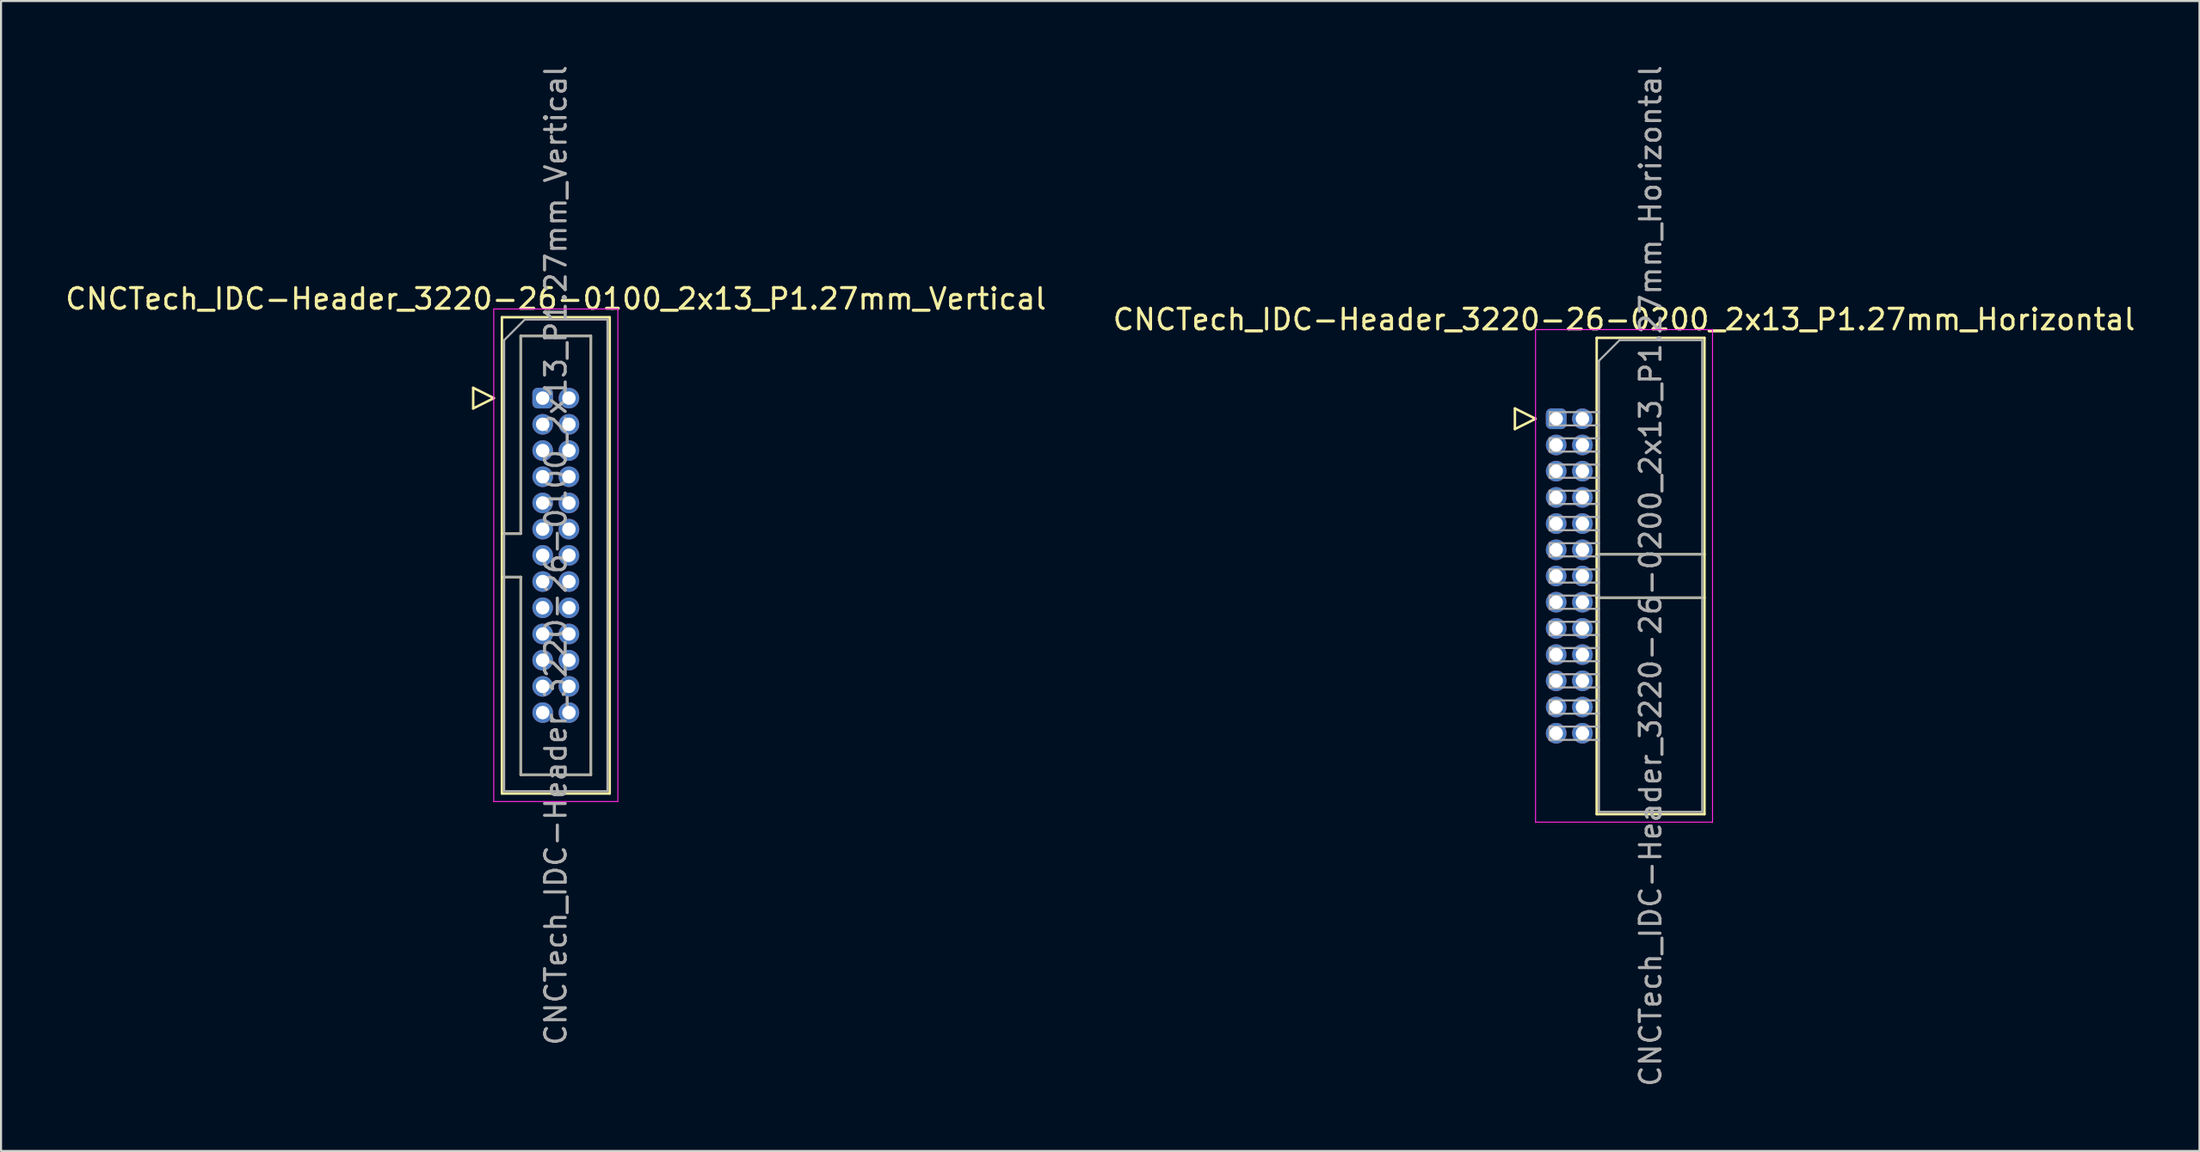
<source format=kicad_pcb>
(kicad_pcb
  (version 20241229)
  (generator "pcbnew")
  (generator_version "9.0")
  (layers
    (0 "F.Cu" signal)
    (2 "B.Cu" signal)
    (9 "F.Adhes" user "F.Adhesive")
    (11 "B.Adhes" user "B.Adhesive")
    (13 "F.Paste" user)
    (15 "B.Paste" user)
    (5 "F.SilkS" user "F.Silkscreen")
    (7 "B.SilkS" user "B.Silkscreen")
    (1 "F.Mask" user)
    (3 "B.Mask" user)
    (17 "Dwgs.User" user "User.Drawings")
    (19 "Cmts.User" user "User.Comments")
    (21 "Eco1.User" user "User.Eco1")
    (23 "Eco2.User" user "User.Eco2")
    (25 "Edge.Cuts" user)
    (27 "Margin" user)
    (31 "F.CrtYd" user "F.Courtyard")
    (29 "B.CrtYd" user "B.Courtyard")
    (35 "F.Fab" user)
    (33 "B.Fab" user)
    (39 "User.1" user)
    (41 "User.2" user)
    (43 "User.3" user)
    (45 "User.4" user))
  (footprint "CNCTech_IDC-Header_3220-26-0100_2x13_P1.27mm_Vertical"
    (layer "F.Cu")
    (at 23.228 16.243)
    (property "Reference" "CNCTech_IDC-Header_3220-26-0100_2x13_P1.27mm_Vertical" (at 0.635 -4.81 0) (layer "F.SilkS") (effects (font (size 1 1) (thickness 0.15))))
    (attr through_hole)
    (fp_line (start -3.365 -0.5) (end -3.365 0.5) (stroke (width 0.12) (type solid)) (layer "F.SilkS"))
    (fp_line (start -3.365 0.5) (end -2.365 0) (stroke (width 0.12) (type solid)) (layer "F.SilkS"))
    (fp_line (start -2.365 0) (end -3.365 -0.5) (stroke (width 0.12) (type solid)) (layer "F.SilkS"))
    (fp_line (start -1.975 -3.92) (end 3.245 -3.92) (stroke (width 0.12) (type solid)) (layer "F.SilkS"))
    (fp_line (start -1.975 6.57) (end -1.065 6.57) (stroke (width 0.12) (type solid)) (layer "F.SilkS"))
    (fp_line (start -1.975 19.16) (end -1.975 -3.92) (stroke (width 0.12) (type solid)) (layer "F.SilkS"))
    (fp_line (start -1.065 -3.01) (end 2.335 -3.01) (stroke (width 0.12) (type solid)) (layer "F.SilkS"))
    (fp_line (start -1.065 6.57) (end -1.065 -3.01) (stroke (width 0.12) (type solid)) (layer "F.SilkS"))
    (fp_line (start -1.065 8.67) (end -1.975 8.67) (stroke (width 0.12) (type solid)) (layer "F.SilkS"))
    (fp_line (start -1.065 8.67) (end -1.065 8.67) (stroke (width 0.12) (type solid)) (layer "F.SilkS"))
    (fp_line (start -1.065 18.25) (end -1.065 8.67) (stroke (width 0.12) (type solid)) (layer "F.SilkS"))
    (fp_line (start 2.335 -3.01) (end 2.335 18.25) (stroke (width 0.12) (type solid)) (layer "F.SilkS"))
    (fp_line (start 2.335 18.25) (end -1.065 18.25) (stroke (width 0.12) (type solid)) (layer "F.SilkS"))
    (fp_line (start 3.245 -3.92) (end 3.245 19.16) (stroke (width 0.12) (type solid)) (layer "F.SilkS"))
    (fp_line (start 3.245 19.16) (end -1.975 19.16) (stroke (width 0.12) (type solid)) (layer "F.SilkS"))
    (fp_line (start -2.37 -4.32) (end -2.37 19.55) (stroke (width 0.05) (type solid)) (layer "F.CrtYd"))
    (fp_line (start -2.37 19.55) (end 3.64 19.55) (stroke (width 0.05) (type solid)) (layer "F.CrtYd"))
    (fp_line (start 3.64 -4.32) (end -2.37 -4.32) (stroke (width 0.05) (type solid)) (layer "F.CrtYd"))
    (fp_line (start 3.64 19.55) (end 3.64 -4.32) (stroke (width 0.05) (type solid)) (layer "F.CrtYd"))
    (fp_line (start -1.865 -2.81) (end -0.865 -3.81) (stroke (width 0.1) (type solid)) (layer "F.Fab"))
    (fp_line (start -1.865 6.57) (end -1.065 6.57) (stroke (width 0.1) (type solid)) (layer "F.Fab"))
    (fp_line (start -1.865 19.05) (end -1.865 -2.81) (stroke (width 0.1) (type solid)) (layer "F.Fab"))
    (fp_line (start -1.065 -3.01) (end 2.335 -3.01) (stroke (width 0.1) (type solid)) (layer "F.Fab"))
    (fp_line (start -1.065 6.57) (end -1.065 -3.01) (stroke (width 0.1) (type solid)) (layer "F.Fab"))
    (fp_line (start -1.065 8.67) (end -1.865 8.67) (stroke (width 0.1) (type solid)) (layer "F.Fab"))
    (fp_line (start -1.065 8.67) (end -1.065 8.67) (stroke (width 0.1) (type solid)) (layer "F.Fab"))
    (fp_line (start -1.065 18.25) (end -1.065 8.67) (stroke (width 0.1) (type solid)) (layer "F.Fab"))
    (fp_line (start -0.865 -3.81) (end 3.135 -3.81) (stroke (width 0.1) (type solid)) (layer "F.Fab"))
    (fp_line (start 2.335 -3.01) (end 2.335 18.25) (stroke (width 0.1) (type solid)) (layer "F.Fab"))
    (fp_line (start 2.335 18.25) (end -1.065 18.25) (stroke (width 0.1) (type solid)) (layer "F.Fab"))
    (fp_line (start 3.135 -3.81) (end 3.135 19.05) (stroke (width 0.1) (type solid)) (layer "F.Fab"))
    (fp_line (start 3.135 19.05) (end -1.865 19.05) (stroke (width 0.1) (type solid)) (layer "F.Fab"))
    (fp_text user "${REFERENCE}" (at 0.635 7.62 90) (layer "F.Fab") (effects (font (size 1 1) (thickness 0.15))))
    (pad "1" thru_hole roundrect (at 0 0) (size 1 1) (drill 0.65) (layers "*.Cu" "*.Mask") (roundrect_rratio 0.25))
    (pad "2" thru_hole circle (at 1.27 0) (size 1 1) (drill 0.65) (layers "*.Cu" "*.Mask"))
    (pad "3" thru_hole circle (at 0 1.27) (size 1 1) (drill 0.65) (layers "*.Cu" "*.Mask"))
    (pad "4" thru_hole circle (at 1.27 1.27) (size 1 1) (drill 0.65) (layers "*.Cu" "*.Mask"))
    (pad "5" thru_hole circle (at 0 2.54) (size 1 1) (drill 0.65) (layers "*.Cu" "*.Mask"))
    (pad "6" thru_hole circle (at 1.27 2.54) (size 1 1) (drill 0.65) (layers "*.Cu" "*.Mask"))
    (pad "7" thru_hole circle (at 0 3.81) (size 1 1) (drill 0.65) (layers "*.Cu" "*.Mask"))
    (pad "8" thru_hole circle (at 1.27 3.81) (size 1 1) (drill 0.65) (layers "*.Cu" "*.Mask"))
    (pad "9" thru_hole circle (at 0 5.08) (size 1 1) (drill 0.65) (layers "*.Cu" "*.Mask"))
    (pad "10" thru_hole circle (at 1.27 5.08) (size 1 1) (drill 0.65) (layers "*.Cu" "*.Mask"))
    (pad "11" thru_hole circle (at 0 6.35) (size 1 1) (drill 0.65) (layers "*.Cu" "*.Mask"))
    (pad "12" thru_hole circle (at 1.27 6.35) (size 1 1) (drill 0.65) (layers "*.Cu" "*.Mask"))
    (pad "13" thru_hole circle (at 0 7.62) (size 1 1) (drill 0.65) (layers "*.Cu" "*.Mask"))
    (pad "14" thru_hole circle (at 1.27 7.62) (size 1 1) (drill 0.65) (layers "*.Cu" "*.Mask"))
    (pad "15" thru_hole circle (at 0 8.89) (size 1 1) (drill 0.65) (layers "*.Cu" "*.Mask"))
    (pad "16" thru_hole circle (at 1.27 8.89) (size 1 1) (drill 0.65) (layers "*.Cu" "*.Mask"))
    (pad "17" thru_hole circle (at 0 10.16) (size 1 1) (drill 0.65) (layers "*.Cu" "*.Mask"))
    (pad "18" thru_hole circle (at 1.27 10.16) (size 1 1) (drill 0.65) (layers "*.Cu" "*.Mask"))
    (pad "19" thru_hole circle (at 0 11.43) (size 1 1) (drill 0.65) (layers "*.Cu" "*.Mask"))
    (pad "20" thru_hole circle (at 1.27 11.43) (size 1 1) (drill 0.65) (layers "*.Cu" "*.Mask"))
    (pad "21" thru_hole circle (at 0 12.7) (size 1 1) (drill 0.65) (layers "*.Cu" "*.Mask"))
    (pad "22" thru_hole circle (at 1.27 12.7) (size 1 1) (drill 0.65) (layers "*.Cu" "*.Mask"))
    (pad "23" thru_hole circle (at 0 13.97) (size 1 1) (drill 0.65) (layers "*.Cu" "*.Mask"))
    (pad "24" thru_hole circle (at 1.27 13.97) (size 1 1) (drill 0.65) (layers "*.Cu" "*.Mask"))
    (pad "25" thru_hole circle (at 0 15.24) (size 1 1) (drill 0.65) (layers "*.Cu" "*.Mask"))
    (pad "26" thru_hole circle (at 1.27 15.24) (size 1 1) (drill 0.65) (layers "*.Cu" "*.Mask")))
  (footprint "CNCTech_IDC-Header_3220-26-0200_2x13_P1.27mm_Horizontal"
    (layer "F.Cu")
    (at 72.304 17.243)
    (property "Reference" "CNCTech_IDC-Header_3220-26-0200_2x13_P1.27mm_Horizontal" (at 3.285 -4.81 0) (layer "F.SilkS") (effects (font (size 1 1) (thickness 0.15))))
    (attr through_hole)
    (fp_line (start -2 -0.5) (end -2 0.5) (stroke (width 0.12) (type solid)) (layer "F.SilkS"))
    (fp_line (start -2 0.5) (end -1 0) (stroke (width 0.12) (type solid)) (layer "F.SilkS"))
    (fp_line (start -1 0) (end -2 -0.5) (stroke (width 0.12) (type solid)) (layer "F.SilkS"))
    (fp_line (start 1.96 -3.92) (end 7.18 -3.92) (stroke (width 0.12) (type solid)) (layer "F.SilkS"))
    (fp_line (start 1.96 6.57) (end 7.18 6.57) (stroke (width 0.12) (type solid)) (layer "F.SilkS"))
    (fp_line (start 1.96 8.67) (end 7.18 8.67) (stroke (width 0.12) (type solid)) (layer "F.SilkS"))
    (fp_line (start 1.96 19.16) (end 1.96 -3.92) (stroke (width 0.12) (type solid)) (layer "F.SilkS"))
    (fp_line (start 7.18 -3.92) (end 7.18 19.16) (stroke (width 0.12) (type solid)) (layer "F.SilkS"))
    (fp_line (start 7.18 19.16) (end 1.96 19.16) (stroke (width 0.12) (type solid)) (layer "F.SilkS"))
    (fp_line (start -1 -4.32) (end -1 19.55) (stroke (width 0.05) (type solid)) (layer "F.CrtYd"))
    (fp_line (start -1 19.55) (end 7.57 19.55) (stroke (width 0.05) (type solid)) (layer "F.CrtYd"))
    (fp_line (start 7.57 -4.32) (end -1 -4.32) (stroke (width 0.05) (type solid)) (layer "F.CrtYd"))
    (fp_line (start 7.57 19.55) (end 7.57 -4.32) (stroke (width 0.05) (type solid)) (layer "F.CrtYd"))
    (fp_line (start -0.32 -0.32) (end -0.32 0.32) (stroke (width 0.1) (type solid)) (layer "F.Fab"))
    (fp_line (start -0.32 0.32) (end 2.07 0.32) (stroke (width 0.1) (type solid)) (layer "F.Fab"))
    (fp_line (start -0.32 0.95) (end -0.32 1.59) (stroke (width 0.1) (type solid)) (layer "F.Fab"))
    (fp_line (start -0.32 1.59) (end 2.07 1.59) (stroke (width 0.1) (type solid)) (layer "F.Fab"))
    (fp_line (start -0.32 2.22) (end -0.32 2.86) (stroke (width 0.1) (type solid)) (layer "F.Fab"))
    (fp_line (start -0.32 2.86) (end 2.07 2.86) (stroke (width 0.1) (type solid)) (layer "F.Fab"))
    (fp_line (start -0.32 3.49) (end -0.32 4.13) (stroke (width 0.1) (type solid)) (layer "F.Fab"))
    (fp_line (start -0.32 4.13) (end 2.07 4.13) (stroke (width 0.1) (type solid)) (layer "F.Fab"))
    (fp_line (start -0.32 4.76) (end -0.32 5.4) (stroke (width 0.1) (type solid)) (layer "F.Fab"))
    (fp_line (start -0.32 5.4) (end 2.07 5.4) (stroke (width 0.1) (type solid)) (layer "F.Fab"))
    (fp_line (start -0.32 6.03) (end -0.32 6.67) (stroke (width 0.1) (type solid)) (layer "F.Fab"))
    (fp_line (start -0.32 6.67) (end 2.07 6.67) (stroke (width 0.1) (type solid)) (layer "F.Fab"))
    (fp_line (start -0.32 7.3) (end -0.32 7.94) (stroke (width 0.1) (type solid)) (layer "F.Fab"))
    (fp_line (start -0.32 7.94) (end 2.07 7.94) (stroke (width 0.1) (type solid)) (layer "F.Fab"))
    (fp_line (start -0.32 8.57) (end -0.32 9.21) (stroke (width 0.1) (type solid)) (layer "F.Fab"))
    (fp_line (start -0.32 9.21) (end 2.07 9.21) (stroke (width 0.1) (type solid)) (layer "F.Fab"))
    (fp_line (start -0.32 9.84) (end -0.32 10.48) (stroke (width 0.1) (type solid)) (layer "F.Fab"))
    (fp_line (start -0.32 10.48) (end 2.07 10.48) (stroke (width 0.1) (type solid)) (layer "F.Fab"))
    (fp_line (start -0.32 11.11) (end -0.32 11.75) (stroke (width 0.1) (type solid)) (layer "F.Fab"))
    (fp_line (start -0.32 11.75) (end 2.07 11.75) (stroke (width 0.1) (type solid)) (layer "F.Fab"))
    (fp_line (start -0.32 12.38) (end -0.32 13.02) (stroke (width 0.1) (type solid)) (layer "F.Fab"))
    (fp_line (start -0.32 13.02) (end 2.07 13.02) (stroke (width 0.1) (type solid)) (layer "F.Fab"))
    (fp_line (start -0.32 13.65) (end -0.32 14.29) (stroke (width 0.1) (type solid)) (layer "F.Fab"))
    (fp_line (start -0.32 14.29) (end 2.07 14.29) (stroke (width 0.1) (type solid)) (layer "F.Fab"))
    (fp_line (start -0.32 14.92) (end -0.32 15.56) (stroke (width 0.1) (type solid)) (layer "F.Fab"))
    (fp_line (start -0.32 15.56) (end 2.07 15.56) (stroke (width 0.1) (type solid)) (layer "F.Fab"))
    (fp_line (start 2.07 -2.81) (end 3.07 -3.81) (stroke (width 0.1) (type solid)) (layer "F.Fab"))
    (fp_line (start 2.07 -0.32) (end -0.32 -0.32) (stroke (width 0.1) (type solid)) (layer "F.Fab"))
    (fp_line (start 2.07 0.95) (end -0.32 0.95) (stroke (width 0.1) (type solid)) (layer "F.Fab"))
    (fp_line (start 2.07 2.22) (end -0.32 2.22) (stroke (width 0.1) (type solid)) (layer "F.Fab"))
    (fp_line (start 2.07 3.49) (end -0.32 3.49) (stroke (width 0.1) (type solid)) (layer "F.Fab"))
    (fp_line (start 2.07 4.76) (end -0.32 4.76) (stroke (width 0.1) (type solid)) (layer "F.Fab"))
    (fp_line (start 2.07 6.03) (end -0.32 6.03) (stroke (width 0.1) (type solid)) (layer "F.Fab"))
    (fp_line (start 2.07 6.57) (end 7.07 6.57) (stroke (width 0.1) (type solid)) (layer "F.Fab"))
    (fp_line (start 2.07 7.3) (end -0.32 7.3) (stroke (width 0.1) (type solid)) (layer "F.Fab"))
    (fp_line (start 2.07 8.57) (end -0.32 8.57) (stroke (width 0.1) (type solid)) (layer "F.Fab"))
    (fp_line (start 2.07 8.67) (end 7.07 8.67) (stroke (width 0.1) (type solid)) (layer "F.Fab"))
    (fp_line (start 2.07 9.84) (end -0.32 9.84) (stroke (width 0.1) (type solid)) (layer "F.Fab"))
    (fp_line (start 2.07 11.11) (end -0.32 11.11) (stroke (width 0.1) (type solid)) (layer "F.Fab"))
    (fp_line (start 2.07 12.38) (end -0.32 12.38) (stroke (width 0.1) (type solid)) (layer "F.Fab"))
    (fp_line (start 2.07 13.65) (end -0.32 13.65) (stroke (width 0.1) (type solid)) (layer "F.Fab"))
    (fp_line (start 2.07 14.92) (end -0.32 14.92) (stroke (width 0.1) (type solid)) (layer "F.Fab"))
    (fp_line (start 2.07 19.05) (end 2.07 -2.81) (stroke (width 0.1) (type solid)) (layer "F.Fab"))
    (fp_line (start 3.07 -3.81) (end 7.07 -3.81) (stroke (width 0.1) (type solid)) (layer "F.Fab"))
    (fp_line (start 7.07 -3.81) (end 7.07 19.05) (stroke (width 0.1) (type solid)) (layer "F.Fab"))
    (fp_line (start 7.07 19.05) (end 2.07 19.05) (stroke (width 0.1) (type solid)) (layer "F.Fab"))
    (fp_text user "${REFERENCE}" (at 4.57 7.62 90) (layer "F.Fab") (effects (font (size 1 1) (thickness 0.15))))
    (pad "1" thru_hole roundrect (at 0 0) (size 1 1) (drill 0.65) (layers "*.Cu" "*.Mask") (roundrect_rratio 0.25))
    (pad "2" thru_hole circle (at 1.27 0) (size 1 1) (drill 0.65) (layers "*.Cu" "*.Mask"))
    (pad "3" thru_hole circle (at 0 1.27) (size 1 1) (drill 0.65) (layers "*.Cu" "*.Mask"))
    (pad "4" thru_hole circle (at 1.27 1.27) (size 1 1) (drill 0.65) (layers "*.Cu" "*.Mask"))
    (pad "5" thru_hole circle (at 0 2.54) (size 1 1) (drill 0.65) (layers "*.Cu" "*.Mask"))
    (pad "6" thru_hole circle (at 1.27 2.54) (size 1 1) (drill 0.65) (layers "*.Cu" "*.Mask"))
    (pad "7" thru_hole circle (at 0 3.81) (size 1 1) (drill 0.65) (layers "*.Cu" "*.Mask"))
    (pad "8" thru_hole circle (at 1.27 3.81) (size 1 1) (drill 0.65) (layers "*.Cu" "*.Mask"))
    (pad "9" thru_hole circle (at 0 5.08) (size 1 1) (drill 0.65) (layers "*.Cu" "*.Mask"))
    (pad "10" thru_hole circle (at 1.27 5.08) (size 1 1) (drill 0.65) (layers "*.Cu" "*.Mask"))
    (pad "11" thru_hole circle (at 0 6.35) (size 1 1) (drill 0.65) (layers "*.Cu" "*.Mask"))
    (pad "12" thru_hole circle (at 1.27 6.35) (size 1 1) (drill 0.65) (layers "*.Cu" "*.Mask"))
    (pad "13" thru_hole circle (at 0 7.62) (size 1 1) (drill 0.65) (layers "*.Cu" "*.Mask"))
    (pad "14" thru_hole circle (at 1.27 7.62) (size 1 1) (drill 0.65) (layers "*.Cu" "*.Mask"))
    (pad "15" thru_hole circle (at 0 8.89) (size 1 1) (drill 0.65) (layers "*.Cu" "*.Mask"))
    (pad "16" thru_hole circle (at 1.27 8.89) (size 1 1) (drill 0.65) (layers "*.Cu" "*.Mask"))
    (pad "17" thru_hole circle (at 0 10.16) (size 1 1) (drill 0.65) (layers "*.Cu" "*.Mask"))
    (pad "18" thru_hole circle (at 1.27 10.16) (size 1 1) (drill 0.65) (layers "*.Cu" "*.Mask"))
    (pad "19" thru_hole circle (at 0 11.43) (size 1 1) (drill 0.65) (layers "*.Cu" "*.Mask"))
    (pad "20" thru_hole circle (at 1.27 11.43) (size 1 1) (drill 0.65) (layers "*.Cu" "*.Mask"))
    (pad "21" thru_hole circle (at 0 12.7) (size 1 1) (drill 0.65) (layers "*.Cu" "*.Mask"))
    (pad "22" thru_hole circle (at 1.27 12.7) (size 1 1) (drill 0.65) (layers "*.Cu" "*.Mask"))
    (pad "23" thru_hole circle (at 0 13.97) (size 1 1) (drill 0.65) (layers "*.Cu" "*.Mask"))
    (pad "24" thru_hole circle (at 1.27 13.97) (size 1 1) (drill 0.65) (layers "*.Cu" "*.Mask"))
    (pad "25" thru_hole circle (at 0 15.24) (size 1 1) (drill 0.65) (layers "*.Cu" "*.Mask"))
    (pad "26" thru_hole circle (at 1.27 15.24) (size 1 1) (drill 0.65) (layers "*.Cu" "*.Mask")))
  (gr_rect
    (start -3 -3)
    (end 103.452 52.726)
    (stroke (width 0.1) (type default))
    (fill no)
    (layer "Edge.Cuts")))
</source>
